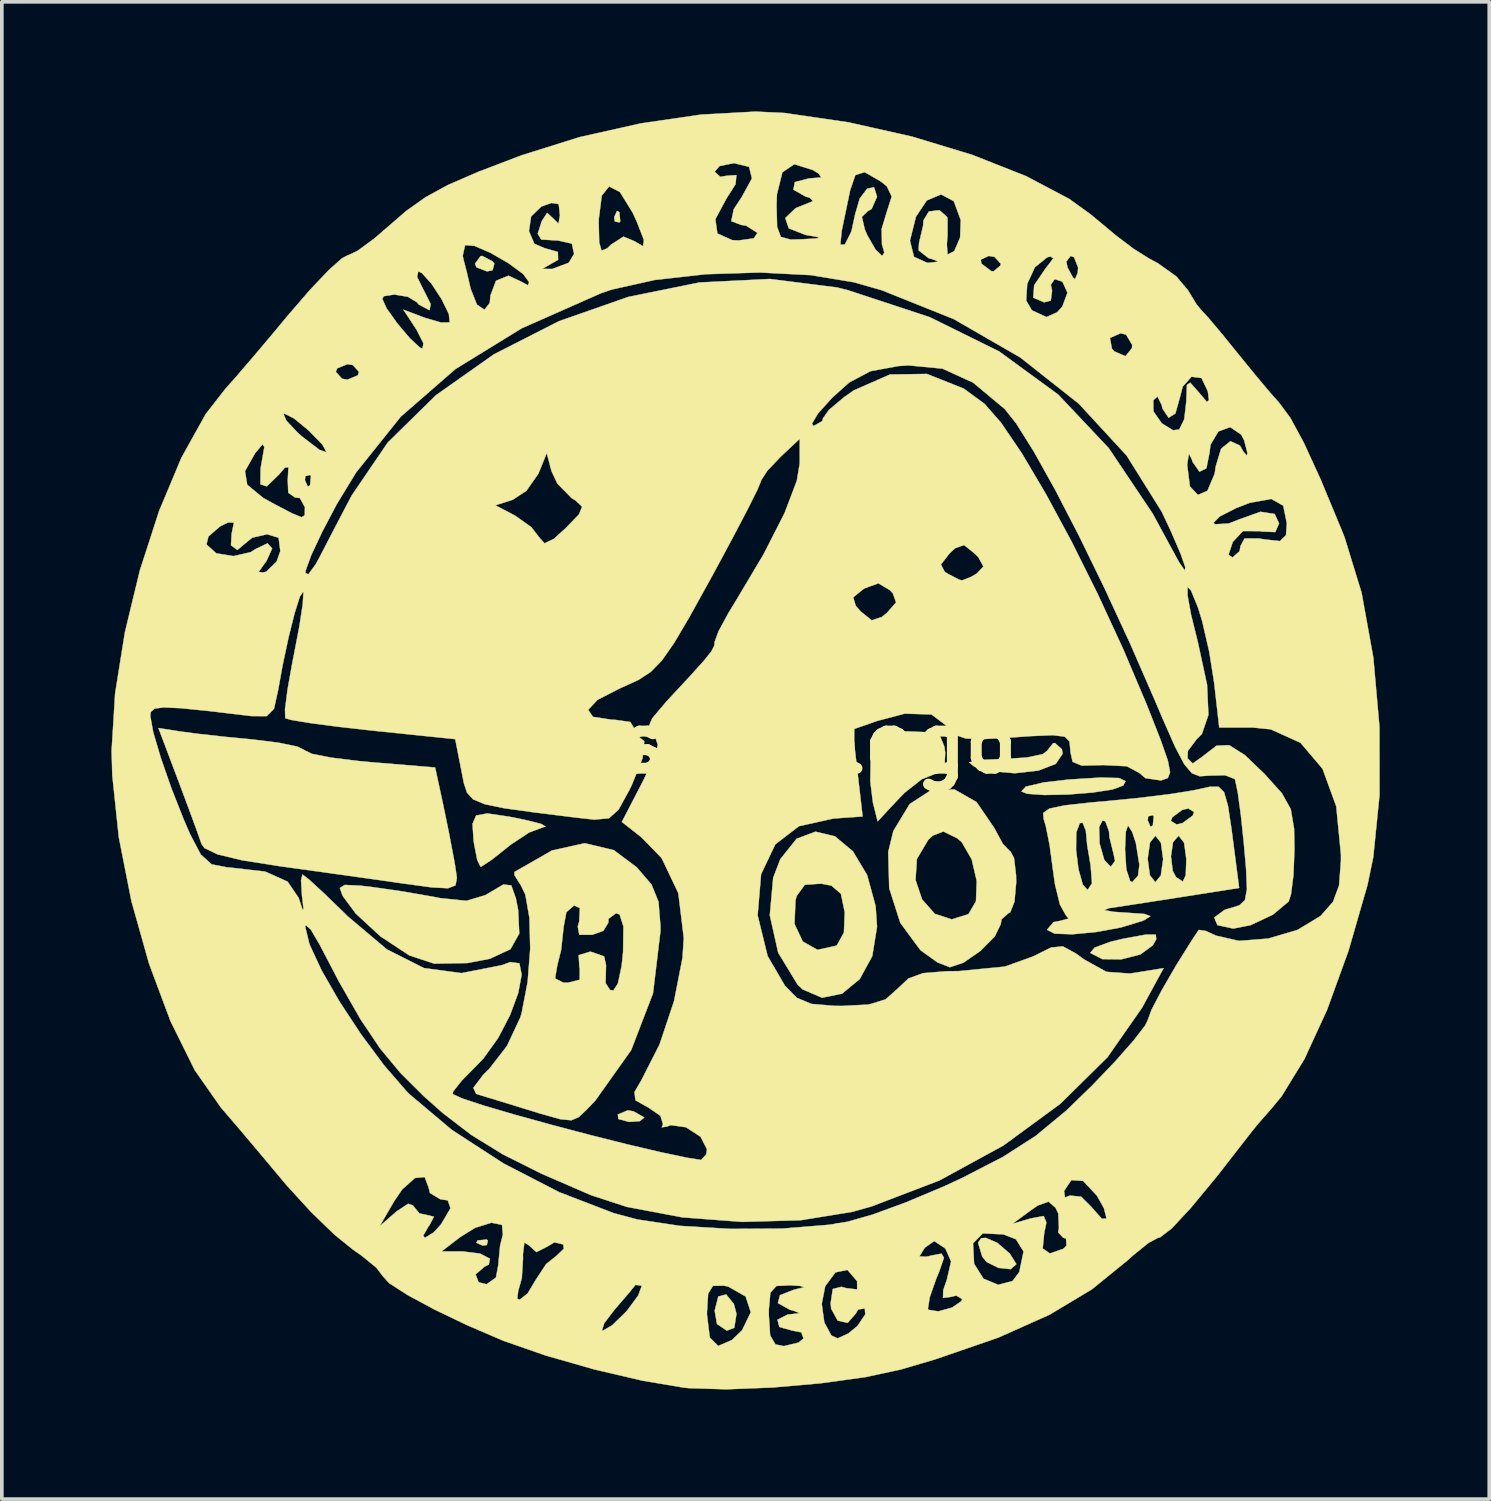
<source format=kicad_pcb>
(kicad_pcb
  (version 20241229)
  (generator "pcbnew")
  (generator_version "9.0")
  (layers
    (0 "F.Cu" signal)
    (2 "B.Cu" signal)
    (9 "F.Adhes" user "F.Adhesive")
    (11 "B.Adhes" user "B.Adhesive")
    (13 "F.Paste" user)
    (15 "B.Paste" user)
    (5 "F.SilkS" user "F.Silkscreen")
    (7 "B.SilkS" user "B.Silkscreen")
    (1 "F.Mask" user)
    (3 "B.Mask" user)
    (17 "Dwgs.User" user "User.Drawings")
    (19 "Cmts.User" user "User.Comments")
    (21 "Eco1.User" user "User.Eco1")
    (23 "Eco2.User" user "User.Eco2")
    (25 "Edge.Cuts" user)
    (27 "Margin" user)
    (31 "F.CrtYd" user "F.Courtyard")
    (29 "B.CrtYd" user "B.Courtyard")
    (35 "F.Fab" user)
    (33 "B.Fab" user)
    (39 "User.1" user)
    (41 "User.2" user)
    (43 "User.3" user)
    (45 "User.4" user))
  (footprint "mission_logo"
    (layer "F.Cu")
    (at 17.362 17.291)
    (property "Reference" "mission_logo" (at 0 0 0) (layer "F.SilkS") (effects (font (size 1.524 1.524) (thickness 0.3))))
    (attr through_hole)
    (fp_poly (pts (xy -7.056 13.617) (xy -7.085 13.743) (xy -7.197 13.758) (xy -7.371 13.681) (xy -7.338 13.617) (xy -7.087 13.592) (xy -7.056 13.617)) (stroke (width 0.01) (type solid)) (fill yes) (layer "F.SilkS"))
    (fp_poly (pts (xy -3.457 -14.534) (xy -3.432 -14.283) (xy -3.457 -14.252) (xy -3.583 -14.281) (xy -3.598 -14.393) (xy -3.521 -14.568) (xy -3.457 -14.534)) (stroke (width 0.01) (type solid)) (fill yes) (layer "F.SilkS"))
    (fp_poly (pts (xy -3.062 10.086) (xy -2.774 10.252) (xy -2.897 10.352) (xy -3.187 10.372) (xy -3.483 10.294) (xy -3.498 10.169) (xy -3.223 10.054) (xy -3.062 10.086)) (stroke (width 0.01) (type solid)) (fill yes) (layer "F.SilkS"))
    (fp_poly (pts (xy -6.922 -13.181) (xy -6.879 -13.123) (xy -6.927 -12.942) (xy -7.078 -12.912) (xy -7.368 -13.022) (xy -7.408 -13.123) (xy -7.256 -13.329) (xy -7.209 -13.335) (xy -6.922 -13.181)) (stroke (width 0.01) (type solid)) (fill yes) (layer "F.SilkS"))
    (fp_poly (pts (xy -0.321 15.357) (xy -0.25 15.627) (xy -0.31 16.009) (xy -0.514 16.087) (xy -0.784 15.904) (xy -0.847 15.54) (xy -0.748 15.152) (xy -0.533 15.096) (xy -0.321 15.357)) (stroke (width 0.01) (type solid)) (fill yes) (layer "F.SilkS"))
    (fp_poly (pts (xy 6.888 13.682) (xy 7.23 13.975) (xy 7.407 14.255) (xy 7.408 14.272) (xy 7.256 14.404) (xy 6.923 14.369) (xy 6.597 14.208) (xy 6.478 14.059) (xy 6.362 13.681) (xy 6.449 13.556) (xy 6.577 13.547) (xy 6.888 13.682)) (stroke (width 0.01) (type solid)) (fill yes) (layer "F.SilkS"))
    (fp_poly (pts (xy 11.242 5.371) (xy 11.148 5.538) (xy 10.807 5.788) (xy 10.284 5.922) (xy 9.766 5.916) (xy 9.44 5.748) (xy 9.436 5.742) (xy 9.555 5.601) (xy 9.985 5.441) (xy 10.356 5.353) (xy 10.959 5.244) (xy 11.228 5.244) (xy 11.242 5.371)) (stroke (width 0.01) (type solid)) (fill yes) (layer "F.SilkS"))
    (fp_poly (pts (xy 10.227 0.959) (xy 10.401 1.045) (xy 10.337 1.164) (xy 10.043 1.272) (xy 9.491 1.357) (xy 8.823 1.41) (xy 8.181 1.423) (xy 7.707 1.389) (xy 7.549 1.326) (xy 7.669 1.195) (xy 8.154 1.08) (xy 8.842 1) (xy 9.722 0.945) (xy 10.227 0.959)) (stroke (width 0.01) (type solid)) (fill yes) (layer "F.SilkS"))
    (fp_poly (pts (xy 8.659 0.17) (xy 8.678 0.293) (xy 8.491 0.571) (xy 8.014 0.755) (xy 7.372 0.827) (xy 6.691 0.769) (xy 6.244 0.635) (xy 6.119 0.529) (xy 6.362 0.466) (xy 6.999 0.439) (xy 7.038 0.438) (xy 7.692 0.397) (xy 8.134 0.305) (xy 8.255 0.212) (xy 8.416 0.006) (xy 8.467 0) (xy 8.659 0.17)) (stroke (width 0.01) (type solid)) (fill yes) (layer "F.SilkS"))
    (fp_poly (pts (xy -6.478 2.015) (xy -6.032 2.105) (xy -5.596 2.214) (xy -5.474 2.289) (xy -5.54 2.304) (xy -5.927 2.45) (xy -6.426 2.779) (xy -6.523 2.857) (xy -6.95 3.196) (xy -7.226 3.377) (xy -7.257 3.387) (xy -7.348 3.201) (xy -7.436 2.744) (xy -7.449 2.646) (xy -7.476 2.213) (xy -7.378 1.984) (xy -7.073 1.928) (xy -6.478 2.015)) (stroke (width 0.01) (type solid)) (fill yes) (layer "F.SilkS"))
    (fp_poly (pts (xy 5.036 -0.294) (xy 5.327 -0.179) (xy 5.442 0.1) (xy 5.464 0.265) (xy 5.442 0.707) (xy 5.205 0.846) (xy 5.179 0.847) (xy 4.821 0.992) (xy 4.359 1.356) (xy 4.22 1.496) (xy 3.614 2.145) (xy 3.485 1.631) (xy 3.413 1.048) (xy 3.424 0.4) (xy 3.491 -0.041) (xy 3.663 -0.25) (xy 4.063 -0.313) (xy 4.445 -0.318) (xy 5.036 -0.294)) (stroke (width 0.01) (type solid)) (fill yes) (layer "F.SilkS"))
    (fp_poly (pts (xy -6.415 3.897) (xy -6.29 4.25) (xy -6.227 4.569) (xy -6.197 5.217) (xy -6.436 5.643) (xy -6.999 5.906) (xy -7.62 6.024) (xy -8.529 6.039) (xy -9.207 5.814) (xy -9.999 5.292) (xy -10.675 4.667) (xy -11.032 4.184) (xy -11.109 3.969) (xy -10.973 3.885) (xy -10.542 3.905) (xy -10.219 3.943) (xy -9.387 4.063) (xy -8.559 4.207) (xy -8.361 4.246) (xy -7.643 4.32) (xy -7.12 4.163) (xy -7.045 4.117) (xy -6.632 3.873) (xy -6.415 3.897)) (stroke (width 0.01) (type solid)) (fill yes) (layer "F.SilkS"))
    (fp_poly (pts (xy 2.445 2.554) (xy 2.936 2.963) (xy 3.326 3.612) (xy 3.559 4.463) (xy 3.598 5.031) (xy 3.467 5.836) (xy 3.122 6.464) (xy 2.64 6.861) (xy 2.093 6.973) (xy 1.559 6.744) (xy 1.423 6.614) (xy 0.892 5.741) (xy 0.716 4.955) (xy 1.339 4.955) (xy 1.565 5.434) (xy 1.966 5.661) (xy 2.465 5.553) (xy 2.503 5.531) (xy 2.691 5.189) (xy 2.714 4.634) (xy 2.609 4.128) (xy 2.351 3.905) (xy 2.071 3.85) (xy 1.62 3.881) (xy 1.4 4.184) (xy 1.365 4.306) (xy 1.339 4.955) (xy 0.716 4.955) (xy 0.662 4.716) (xy 0.755 3.688) (xy 0.95 3.179) (xy 1.395 2.622) (xy 1.912 2.427) (xy 2.445 2.554)) (stroke (width 0.01) (type solid)) (fill yes) (layer "F.SilkS"))
    (fp_poly (pts (xy -15.499 -0.319) (xy -14.988 -0.252) (xy -14.23 -0.168) (xy -13.494 -0.097) (xy -12.779 -0.008) (xy -12.266 0.099) (xy -12.065 0.201) (xy -12.065 0.203) (xy -11.87 0.297) (xy -11.35 0.399) (xy -10.602 0.492) (xy -10.283 0.522) (xy -8.5 0.67) (xy -8.286 1.658) (xy -8.128 2.425) (xy -7.99 3.149) (xy -7.957 3.334) (xy -7.904 3.688) (xy -7.941 3.895) (xy -8.147 3.976) (xy -8.597 3.952) (xy -9.371 3.847) (xy -9.631 3.809) (xy -10.324 3.711) (xy -11.274 3.578) (xy -12.315 3.433) (xy -12.739 3.375) (xy -13.785 3.21) (xy -14.459 3.048) (xy -14.814 2.876) (xy -14.895 2.764) (xy -15.02 2.409) (xy -15.247 1.79) (xy -15.528 1.038) (xy -15.538 1.012) (xy -16.075 -0.41) (xy -15.499 -0.319)) (stroke (width 0.01) (type solid)) (fill yes) (layer "F.SilkS"))
    (fp_poly (pts (xy 6.323 1.617) (xy 6.805 2.323) (xy 7.042 2.76) (xy 7.236 2.962) (xy 7.248 2.963) (xy 7.349 3.151) (xy 7.404 3.621) (xy 7.408 3.81) (xy 7.361 4.34) (xy 7.244 4.635) (xy 7.197 4.657) (xy 7.006 4.827) (xy 6.985 4.959) (xy 6.821 5.296) (xy 6.429 5.691) (xy 5.962 6.015) (xy 5.592 6.138) (xy 5.254 6.007) (xy 4.81 5.689) (xy 4.779 5.662) (xy 4.235 4.924) (xy 3.931 3.976) (xy 3.925 3.75) (xy 4.652 3.75) (xy 4.832 4.283) (xy 5.179 4.675) (xy 5.639 4.828) (xy 6.1 4.685) (xy 6.306 4.334) (xy 6.327 3.779) (xy 6.189 3.184) (xy 5.915 2.712) (xy 5.793 2.608) (xy 5.413 2.422) (xy 5.125 2.534) (xy 4.999 2.651) (xy 4.689 3.174) (xy 4.652 3.75) (xy 3.925 3.75) (xy 3.904 2.982) (xy 4.045 2.407) (xy 4.492 1.669) (xy 5.079 1.289) (xy 5.718 1.271) (xy 6.323 1.617)) (stroke (width 0.01) (type solid)) (fill yes) (layer "F.SilkS"))
    (fp_poly (pts (xy -3.608 2.933) (xy -2.98 3.403) (xy -2.577 3.872) (xy -2.385 4.344) (xy -2.331 5.012) (xy -2.331 5.149) (xy -2.535 6.852) (xy -3.132 8.406) (xy -4.111 9.784) (xy -4.351 10.036) (xy -4.567 10.24) (xy -4.769 10.328) (xy -5.075 10.298) (xy -5.604 10.15) (xy -6.032 10.018) (xy -6.693 9.814) (xy -7.209 9.657) (xy -7.376 9.606) (xy -7.455 9.44) (xy -7.18 9.078) (xy -7.024 8.927) (xy -6.534 8.295) (xy -6.169 7.516) (xy -6.132 7.394) (xy -5.968 6.544) (xy -5.96 6.444) (xy -5.217 6.444) (xy -4.994 6.558) (xy -4.868 6.562) (xy -4.542 6.481) (xy -4.541 6.17) (xy -4.551 6.138) (xy -4.57 5.808) (xy -4.267 5.715) (xy -4.234 5.715) (xy -3.873 5.841) (xy -3.821 6.085) (xy -3.833 6.574) (xy -3.712 6.76) (xy -3.619 6.773) (xy -3.496 6.583) (xy -3.393 6.096) (xy -3.354 5.715) (xy -3.345 5.023) (xy -3.448 4.696) (xy -3.545 4.657) (xy -3.756 4.814) (xy -3.757 4.916) (xy -3.894 5.141) (xy -4.2 5.251) (xy -4.554 5.251) (xy -4.595 5.025) (xy -4.556 4.886) (xy -4.537 4.519) (xy -4.695 4.445) (xy -4.907 4.631) (xy -4.981 5.027) (xy -5.05 5.662) (xy -5.155 6.085) (xy -5.217 6.444) (xy -5.96 6.444) (xy -5.897 5.634) (xy -5.918 4.791) (xy -6.031 4.148) (xy -6.151 3.9) (xy -6.329 3.617) (xy -6.327 3.529) (xy -5.301 2.942) (xy -4.405 2.743) (xy -3.608 2.933)) (stroke (width 0.01) (type solid)) (fill yes) (layer "F.SilkS"))
    (fp_poly (pts (xy 13.098 1.345) (xy 13.205 1.715) (xy 13.305 2.374) (xy 13.412 3.201) (xy 13.511 3.968) (xy 11.994 4.206) (xy 11.159 4.336) (xy 10.425 4.449) (xy 9.95 4.521) (xy 9.948 4.521) (xy 9.817 4.573) (xy 10.06 4.62) (xy 10.372 4.641) (xy 10.916 4.679) (xy 11.083 4.74) (xy 10.915 4.847) (xy 10.85 4.874) (xy 10.264 5.052) (xy 9.587 5.176) (xy 8.945 5.236) (xy 8.46 5.219) (xy 8.256 5.116) (xy 8.255 5.107) (xy 8.43 4.903) (xy 8.625 4.865) (xy 8.842 4.805) (xy 8.761 4.706) (xy 8.604 4.42) (xy 8.468 3.864) (xy 8.416 3.493) (xy 8.34 2.927) (xy 9.047 2.927) (xy 9.113 3.457) (xy 9.231 3.877) (xy 9.362 4.022) (xy 9.482 3.84) (xy 9.446 3.362) (xy 9.446 3.36) (xy 9.351 2.796) (xy 9.313 2.395) (xy 9.273 2.297) (xy 9.678 2.297) (xy 9.689 2.734) (xy 9.692 2.752) (xy 9.818 3.198) (xy 9.992 3.387) (xy 9.995 3.387) (xy 10.113 3.23) (xy 10.077 3.052) (xy 10.042 2.91) (xy 10.387 2.91) (xy 10.422 3.46) (xy 10.528 3.778) (xy 10.583 3.81) (xy 10.743 3.631) (xy 10.78 3.334) (xy 10.754 3.175) (xy 11.007 3.175) (xy 11.068 3.621) (xy 11.216 3.81) (xy 11.218 3.81) (xy 11.367 3.626) (xy 11.43 3.183) (xy 11.43 3.175) (xy 11.42 3.102) (xy 11.644 3.102) (xy 11.693 3.503) (xy 11.783 3.669) (xy 11.968 3.793) (xy 12.049 3.622) (xy 12.065 3.175) (xy 12.004 2.729) (xy 11.856 2.54) (xy 11.853 2.54) (xy 11.701 2.714) (xy 11.644 3.102) (xy 11.42 3.102) (xy 11.369 2.729) (xy 11.221 2.54) (xy 11.218 2.54) (xy 11.07 2.724) (xy 11.007 3.167) (xy 11.007 3.175) (xy 10.754 3.175) (xy 10.684 2.738) (xy 10.583 2.434) (xy 10.469 2.257) (xy 10.408 2.429) (xy 10.387 2.91) (xy 10.042 2.91) (xy 9.96 2.575) (xy 9.948 2.417) (xy 9.849 2.146) (xy 9.773 2.117) (xy 11.007 2.117) (xy 11.084 2.291) (xy 11.148 2.258) (xy 11.16 2.133) (xy 11.642 2.133) (xy 11.798 2.23) (xy 11.959 2.193) (xy 12.239 1.989) (xy 12.277 1.889) (xy 12.121 1.792) (xy 11.959 1.828) (xy 11.679 2.033) (xy 11.642 2.133) (xy 11.16 2.133) (xy 11.173 2.007) (xy 11.148 1.976) (xy 11.022 2.005) (xy 11.007 2.117) (xy 9.773 2.117) (xy 9.678 2.297) (xy 9.273 2.297) (xy 9.226 2.182) (xy 9.147 2.194) (xy 9.052 2.45) (xy 9.047 2.927) (xy 8.34 2.927) (xy 8.324 2.803) (xy 8.214 2.255) (xy 8.162 2.09) (xy 8.145 1.917) (xy 8.314 1.796) (xy 8.741 1.705) (xy 9.497 1.623) (xy 9.807 1.597) (xy 10.744 1.505) (xy 11.615 1.399) (xy 12.26 1.296) (xy 12.354 1.276) (xy 12.711 1.196) (xy 12.946 1.196) (xy 13.098 1.345)) (stroke (width 0.01) (type solid)) (fill yes) (layer "F.SilkS"))
    (fp_poly (pts (xy 1.058 -17.249) (xy 2.813 -16.993) (xy 4.559 -16.601) (xy 6.209 -16.1) (xy 7.673 -15.522) (xy 8.861 -14.895) (xy 9.454 -14.466) (xy 10.128 -13.904) (xy 10.614 -13.535) (xy 11.037 -13.268) (xy 11.291 -13.132) (xy 11.793 -12.772) (xy 12.113 -12.391) (xy 12.347 -12.006) (xy 12.474 -11.853) (xy 12.668 -11.643) (xy 13.039 -11.202) (xy 13.448 -10.698) (xy 13.944 -10.088) (xy 14.376 -9.574) (xy 14.605 -9.317) (xy 14.914 -8.9) (xy 15.286 -8.212) (xy 15.744 -7.212) (xy 16.307 -5.856) (xy 16.398 -5.629) (xy 16.864 -4.11) (xy 17.185 -2.335) (xy 17.352 -0.444) (xy 17.354 1.422) (xy 17.183 3.122) (xy 17.025 3.885) (xy 16.503 5.693) (xy 15.919 7.302) (xy 15.3 8.649) (xy 14.675 9.668) (xy 14.409 9.991) (xy 14.045 10.406) (xy 13.864 10.628) (xy 12.913 11.85) (xy 12.184 12.732) (xy 11.666 13.288) (xy 11.347 13.533) (xy 11.286 13.548) (xy 11.036 13.681) (xy 10.621 14.014) (xy 10.469 14.152) (xy 9.484 14.953) (xy 8.322 15.65) (xy 6.914 16.279) (xy 5.187 16.874) (xy 4.249 17.15) (xy 3.274 17.36) (xy 2.047 17.529) (xy 0.729 17.644) (xy -0.523 17.693) (xy -1.549 17.661) (xy -1.693 17.647) (xy -2.82 17.457) (xy -4.144 17.148) (xy -5.475 16.767) (xy -6.622 16.367) (xy -6.664 16.35) (xy -7.301 16.076) (xy -3.933 16.076) (xy -3.907 16.087) (xy -3.654 15.94) (xy -3.354 15.649) (xy -1.058 15.649) (xy -0.981 16.274) (xy -0.75 16.506) (xy -0.372 16.342) (xy -0.095 16.074) (xy 0.103 15.663) (xy 0.635 15.663) (xy 0.672 16.219) (xy 0.817 16.464) (xy 1.046 16.51) (xy 1.451 16.413) (xy 1.587 16.298) (xy 1.523 16.132) (xy 1.282 16.087) (xy 0.924 15.987) (xy 0.872 15.788) (xy 1.151 15.646) (xy 1.217 15.639) (xy 1.478 15.609) (xy 1.328 15.547) (xy 1.217 15.517) (xy 0.923 15.354) (xy 2.084 15.354) (xy 2.154 15.861) (xy 2.348 16.221) (xy 2.518 16.298) (xy 2.815 16.163) (xy 3.064 15.956) (xy 3.276 15.641) (xy 3.262 15.479) (xy 3.077 15.51) (xy 3.023 15.61) (xy 2.794 15.874) (xy 2.521 15.813) (xy 2.342 15.486) (xy 2.328 15.332) (xy 2.386 14.947) (xy 2.621 14.887) (xy 2.75 14.922) (xy 3.053 14.959) (xy 3.052 14.742) (xy 3.045 14.725) (xy 2.787 14.424) (xy 2.458 14.492) (xy 2.179 14.87) (xy 2.084 15.354) (xy 0.923 15.354) (xy 0.884 15.333) (xy 0.94 15.117) (xy 1.323 14.966) (xy 1.602 14.899) (xy 1.491 14.863) (xy 1.217 14.845) (xy 0.844 14.864) (xy 0.678 15.045) (xy 0.636 15.507) (xy 0.635 15.663) (xy 0.103 15.663) (xy 0.142 15.583) (xy 0.00026 15.151) (xy -0.476 14.88) (xy -0.604 14.855) (xy -0.895 14.862) (xy -1.026 15.072) (xy -1.058 15.589) (xy -1.058 15.649) (xy -3.354 15.649) (xy -3.285 15.582) (xy -3.234 15.523) (xy -2.94 15.124) (xy -2.847 14.872) (xy -2.856 14.853) (xy -3.016 14.834) (xy -3.016 14.834) (xy -3.178 15.036) (xy -3.509 15.421) (xy -3.582 15.505) (xy -3.867 15.877) (xy -3.933 16.076) (xy -7.301 16.076) (xy -7.631 15.935) (xy -8.521 15.507) (xy -9.062 15.215) (xy -6.253 15.215) (xy -6.185 15.24) (xy -5.968 15.069) (xy -5.751 14.705) (xy -5.46 14.263) (xy -5.199 14.056) (xy 4.757 14.056) (xy 4.956 14.062) (xy 5.083 14.031) (xy 5.364 13.979) (xy 5.429 14.094) (xy 5.299 14.472) (xy 5.219 14.665) (xy 5.041 15.17) (xy 4.991 15.485) (xy 5.004 15.517) (xy 5.275 15.559) (xy 5.653 15.455) (xy 5.908 15.279) (xy 5.927 15.222) (xy 5.77 15.127) (xy 5.605 15.165) (xy 5.403 15.191) (xy 5.412 14.972) (xy 5.508 14.698) (xy 5.625 14.192) (xy 5.474 13.851) (xy 5.441 13.817) (xy 5.256 13.696) (xy 6.226 13.696) (xy 6.255 14.257) (xy 6.512 14.664) (xy 6.915 14.831) (xy 7.308 14.729) (xy 7.492 14.482) (xy 7.609 13.919) (xy 7.4 13.585) (xy 7.06 13.452) (xy 6.494 13.424) (xy 6.226 13.696) (xy 5.256 13.696) (xy 5.163 13.635) (xy 4.91 13.814) (xy 4.891 13.837) (xy 4.757 14.056) (xy -5.199 14.056) (xy -5.189 14.048) (xy -4.976 13.844) (xy -4.994 13.726) (xy -5.233 13.669) (xy -5.432 13.787) (xy -5.728 13.937) (xy -5.93 13.753) (xy -6.056 13.673) (xy -6.096 13.993) (xy -6.094 14.107) (xy -6.127 14.648) (xy -6.225 14.998) (xy -6.253 15.215) (xy -9.062 15.215) (xy -9.257 15.11) (xy -9.759 14.786) (xy -9.948 14.577) (xy -9.948 14.574) (xy -10.11 14.362) (xy -10.517 14.03) (xy -10.68 13.917) (xy -8.323 13.917) (xy -7.751 13.917) (xy -7.27 13.977) (xy -7.001 14.117) (xy -7.03 14.277) (xy -7.144 14.334) (xy -7.392 14.547) (xy -7.309 14.763) (xy -7.091 14.817) (xy -6.835 14.634) (xy -6.773 14.305) (xy -6.721 13.756) (xy -6.645 13.458) (xy -6.669 13.192) (xy -6.957 13.132) (xy -7.406 13.272) (xy -7.813 13.525) (xy -8.323 13.917) (xy -10.68 13.917) (xy -10.742 13.874) (xy -11.258 13.457) (xy -11.493 13.229) (xy -10.019 13.229) (xy -9.56 12.826) (xy -9.239 12.613) (xy -9.102 12.662) (xy -9.102 12.667) (xy -8.929 12.879) (xy -8.758 12.912) (xy -8.534 12.967) (xy -8.653 13.198) (xy -8.678 13.229) (xy -8.825 13.485) (xy -8.781 13.547) (xy -8.538 13.397) (xy -8.338 13.176) (xy -8.078 12.735) (xy -8.154 12.521) (xy -8.361 12.488) (xy -8.641 12.319) (xy -8.678 12.171) (xy -8.786 11.882) (xy -9.053 11.909) (xy -9.401 12.22) (xy -9.62 12.541) (xy -10.019 13.229) (xy -11.493 13.229) (xy -11.908 12.826) (xy -12.569 12.103) (xy -12.7 11.947) (xy -13.305 11.224) (xy -13.869 10.556) (xy -14.291 10.064) (xy -14.362 9.983) (xy -15.077 8.962) (xy -15.744 7.615) (xy -16.333 6.037) (xy -16.617 5.028) (xy -12.057 5.028) (xy -11.94 5.51) (xy -11.609 6.222) (xy -11.12 7.074) (xy -10.53 7.971) (xy -9.899 8.821) (xy -9.283 9.533) (xy -9.193 9.623) (xy -8.042 10.591) (xy -6.627 11.51) (xy -5.099 12.298) (xy -3.608 12.871) (xy -2.963 13.043) (xy -1.799 13.218) (xy -0.417 13.301) (xy 1.003 13.293) (xy 2.279 13.189) (xy 2.442 13.163) (xy 7.303 13.163) (xy 7.808 13.014) (xy 8.161 12.949) (xy 8.234 13.127) (xy 8.174 13.417) (xy 8.133 13.838) (xy 8.325 13.97) (xy 8.344 13.97) (xy 8.706 13.843) (xy 8.784 13.758) (xy 8.771 13.563) (xy 8.697 13.547) (xy 8.556 13.396) (xy 8.577 13.282) (xy 8.561 12.884) (xy 8.487 12.725) (xy 8.294 12.556) (xy 8 12.66) (xy 7.802 12.797) (xy 7.303 13.163) (xy 2.442 13.163) (xy 2.794 13.104) (xy 3.478 12.909) (xy 4.391 12.574) (xy 5.125 12.266) (xy 8.717 12.266) (xy 8.743 12.441) (xy 8.879 12.389) (xy 9.186 12.42) (xy 9.458 12.691) (xy 9.753 13.025) (xy 9.881 13.018) (xy 9.809 12.733) (xy 9.618 12.393) (xy 9.239 11.987) (xy 8.916 11.966) (xy 8.717 12.266) (xy 5.125 12.266) (xy 5.388 12.156) (xy 5.927 11.907) (xy 7.051 11.327) (xy 7.943 10.754) (xy 8.774 10.066) (xy 9.472 9.39) (xy 10.113 8.72) (xy 10.622 8.143) (xy 10.937 7.735) (xy 11.007 7.59) (xy 11.113 7.301) (xy 11.392 6.767) (xy 11.782 6.093) (xy 12.223 5.389) (xy 12.405 5.116) (xy 12.601 5.146) (xy 12.876 5.273) (xy 13.506 5.417) (xy 14.308 5.353) (xy 15.111 5.115) (xy 15.738 4.736) (xy 15.746 4.728) (xy 16.08 4.347) (xy 16.246 3.902) (xy 16.297 3.233) (xy 16.298 3.054) (xy 16.169 1.734) (xy 15.794 0.705) (xy 15.191 -0.006) (xy 14.376 -0.375) (xy 13.892 -0.423) (xy 12.966 -0.423) (xy 12.828 -1.64) (xy 12.692 -2.499) (xy 12.499 -3.337) (xy 12.386 -3.704) (xy 12.194 -4.175) (xy 12.099 -4.274) (xy 12.099 -4.039) (xy 12.195 -3.511) (xy 12.383 -2.752) (xy 12.633 -1.595) (xy 12.67 -0.77) (xy 12.491 -0.247) (xy 12.353 -0.111) (xy 12.108 0.215) (xy 12.098 0.417) (xy 12.239 0.56) (xy 12.516 0.365) (xy 12.536 0.346) (xy 12.891 0.074) (xy 13.237 0.059) (xy 13.665 0.328) (xy 14.206 0.847) (xy 14.68 1.373) (xy 14.925 1.811) (xy 15.015 2.348) (xy 15.025 2.911) (xy 14.998 3.61) (xy 14.931 4.142) (xy 14.866 4.339) (xy 14.432 4.701) (xy 13.822 4.987) (xy 13.35 5.08) (xy 12.916 4.985) (xy 12.829 4.777) (xy 13.114 4.567) (xy 13.236 4.53) (xy 13.514 4.445) (xy 13.669 4.301) (xy 13.724 4.002) (xy 13.701 3.453) (xy 13.642 2.778) (xy 13.559 1.982) (xy 13.473 1.353) (xy 13.4 1.007) (xy 13.39 0.985) (xy 13.127 0.882) (xy 12.698 0.892) (xy 12.432 0.91) (xy 12.218 0.828) (xy 12.009 0.582) (xy 11.758 0.105) (xy 11.417 -0.666) (xy 11.211 -1.151) (xy 10.529 -2.716) (xy 9.824 -4.241) (xy 9.129 -5.667) (xy 8.474 -6.934) (xy 7.889 -7.981) (xy 7.407 -8.749) (xy 7.095 -9.143) (xy 6.227 -9.867) (xy 5.39 -10.249) (xy 4.46 -10.338) (xy 4.178 -10.319) (xy 3.421 -10.18) (xy 2.837 -9.871) (xy 2.365 -9.448) (xy 1.982 -9.021) (xy 1.816 -8.742) (xy 1.856 -8.678) (xy 2.099 -8.812) (xy 2.117 -8.887) (xy 2.279 -9.117) (xy 2.691 -9.465) (xy 2.963 -9.655) (xy 3.953 -10.089) (xy 4.964 -10.104) (xy 5.972 -9.703) (xy 6.539 -9.287) (xy 6.993 -8.77) (xy 7.566 -7.925) (xy 8.222 -6.816) (xy 8.927 -5.51) (xy 9.644 -4.071) (xy 10.339 -2.567) (xy 10.977 -1.061) (xy 11.02 -0.953) (xy 11.365 -0.075) (xy 11.561 0.485) (xy 11.621 0.805) (xy 11.559 0.958) (xy 11.388 1.02) (xy 11.365 1.024) (xy 10.944 0.961) (xy 10.778 0.819) (xy 10.436 0.636) (xy 9.782 0.603) (xy 9.749 0.605) (xy 9.199 0.618) (xy 8.951 0.514) (xy 8.89 0.237) (xy 8.89 0.197) (xy 8.867 -0.042) (xy 8.738 -0.173) (xy 8.415 -0.215) (xy 7.806 -0.189) (xy 7.341 -0.156) (xy 6.525 -0.107) (xy 6.024 -0.124) (xy 5.734 -0.225) (xy 5.551 -0.425) (xy 5.54 -0.443) (xy 5.089 -0.782) (xy 4.358 -0.804) (xy 3.612 -0.608) (xy 2.928 -0.37) (xy 3.066 0.821) (xy 3.203 2.011) (xy 2.406 2.067) (xy 1.46 2.277) (xy 0.813 2.773) (xy 0.428 3.582) (xy 0.423 3.598) (xy 0.329 4.716) (xy 0.603 5.833) (xy 1.074 6.64) (xy 1.403 6.976) (xy 1.801 7.142) (xy 2.424 7.195) (xy 2.646 7.197) (xy 3.377 7.159) (xy 3.833 7.017) (xy 4.161 6.725) (xy 4.165 6.72) (xy 4.459 6.445) (xy 4.858 6.3) (xy 5.494 6.248) (xy 5.837 6.244) (xy 7.101 6.12) (xy 7.868 5.843) (xy 8.362 5.598) (xy 8.685 5.567) (xy 9.041 5.761) (xy 9.267 5.926) (xy 9.878 6.264) (xy 10.511 6.31) (xy 10.682 6.286) (xy 11.443 6.163) (xy 10.854 7.245) (xy 9.908 8.6) (xy 8.616 9.876) (xy 7.057 11.019) (xy 5.309 11.974) (xy 3.449 12.686) (xy 2.919 12.835) (xy 1.51 13.064) (xy -0.093 13.11) (xy -1.734 12.985) (xy -3.255 12.698) (xy -4.233 12.378) (xy -5.588 11.79) (xy -6.645 11.261) (xy -7.512 10.727) (xy -8.296 10.126) (xy -8.819 9.661) (xy -9.454 9.028) (xy -10.008 8.359) (xy -10.545 7.559) (xy -11.13 6.537) (xy -11.67 5.503) (xy -11.905 5.104) (xy -12.042 4.985) (xy -12.057 5.028) (xy -16.617 5.028) (xy -16.815 4.326) (xy -17.16 2.577) (xy -17.338 0.886) (xy -17.357 0.212) (xy -17.298 -0.744) (xy -16.298 -0.744) (xy -16.22 -0.306) (xy -16.013 0.397) (xy -15.718 1.243) (xy -15.376 2.109) (xy -15.212 2.487) (xy -14.916 3.052) (xy -14.617 3.322) (xy -14.188 3.405) (xy -14.123 3.408) (xy -13.154 3.519) (xy -12.538 3.795) (xy -12.235 4.241) (xy -12.123 4.581) (xy -12.105 4.527) (xy -12.145 4.18) (xy -12.171 3.759) (xy -12.132 3.598) (xy -11.952 3.737) (xy -11.553 4.103) (xy -11.014 4.624) (xy -10.889 4.747) (xy -9.822 5.649) (xy -8.806 6.161) (xy -7.778 6.299) (xy -6.675 6.082) (xy -6.441 5.997) (xy -6.193 6.031) (xy -6.131 6.343) (xy -6.226 6.847) (xy -6.451 7.454) (xy -6.776 8.077) (xy -7.174 8.631) (xy -7.354 8.819) (xy -7.772 9.243) (xy -8.005 9.538) (xy -8.023 9.611) (xy -7.748 9.734) (xy -7.148 9.931) (xy -6.31 10.177) (xy -5.321 10.45) (xy -4.267 10.728) (xy -3.236 10.987) (xy -2.315 11.204) (xy -1.591 11.355) (xy -1.217 11.414) (xy -1.076 11.258) (xy -1.058 11.12) (xy -1.235 10.777) (xy -1.632 10.519) (xy -2.049 10.46) (xy -2.154 10.5) (xy -2.297 10.521) (xy -2.262 10.435) (xy -2.331 10.206) (xy -2.659 9.981) (xy -3.016 9.781) (xy -3.042 9.553) (xy -2.853 9.23) (xy -2.356 8.251) (xy -1.959 7.064) (xy -1.728 5.881) (xy -1.693 5.337) (xy -1.842 4.11) (xy -2.299 3.15) (xy -2.854 2.58) (xy -3.389 2.16) (xy -2.82 1.063) (xy -2.51 0.423) (xy -2.402 0.048) (xy -2.476 -0.161) (xy -2.552 -0.219) (xy -2.677 -0.392) (xy -2.558 -0.674) (xy -2.159 -1.147) (xy -2.114 -1.195) (xy -1.506 -1.849) (xy -1.132 -2.265) (xy -0.935 -2.512) (xy -0.859 -2.663) (xy -0.847 -2.771) (xy -0.742 -3.057) (xy -0.476 -3.55) (xy -0.315 -3.813) (xy -0.21 -3.989) (xy 2.947 -3.989) (xy 3.014 -3.757) (xy 3.153 -3.6) (xy 3.452 -3.36) (xy 3.727 -3.449) (xy 3.87 -3.564) (xy 4.119 -3.85) (xy 4.03 -4.099) (xy 3.949 -4.185) (xy 3.636 -4.372) (xy 3.259 -4.236) (xy 3.233 -4.221) (xy 2.947 -3.989) (xy -0.21 -3.989) (xy 0.325 -4.887) (xy 5.347 -4.887) (xy 5.446 -4.693) (xy 5.522 -4.641) (xy 5.839 -4.475) (xy 5.927 -4.451) (xy 6.175 -4.55) (xy 6.331 -4.641) (xy 6.511 -4.834) (xy 6.369 -5.088) (xy 6.278 -5.182) (xy 5.981 -5.419) (xy 5.736 -5.334) (xy 5.575 -5.182) (xy 5.347 -4.887) (xy 0.325 -4.887) (xy 0.489 -5.162) (xy 1.067 -6.297) (xy 1.402 -7.18) (xy 1.482 -7.662) (xy 1.482 -8.329) (xy 0.953 -7.832) (xy 0.595 -7.454) (xy 0.425 -7.193) (xy 0.423 -7.176) (xy 0.327 -6.942) (xy 0.062 -6.411) (xy -0.334 -5.655) (xy -0.822 -4.746) (xy -0.965 -4.484) (xy -1.53 -3.464) (xy -1.952 -2.747) (xy -2.288 -2.265) (xy -2.595 -1.949) (xy -2.93 -1.729) (xy -3.35 -1.537) (xy -3.415 -1.51) (xy -4.054 -1.183) (xy -4.31 -0.909) (xy -4.179 -0.717) (xy -3.655 -0.636) (xy -3.573 -0.635) (xy -3.157 -0.577) (xy -3.067 -0.428) (xy -3.069 -0.423) (xy -3.052 -0.228) (xy -2.976 -0.212) (xy -2.774 -0.049) (xy -2.822 0.417) (xy -3.115 1.148) (xy -3.192 1.304) (xy -3.478 1.824) (xy -3.741 2.06) (xy -4.141 2.097) (xy -4.621 2.044) (xy -5.791 1.899) (xy -6.609 1.785) (xy -7.143 1.675) (xy -7.46 1.542) (xy -7.628 1.358) (xy -7.714 1.097) (xy -7.778 0.767) (xy -7.95 -0.106) (xy -10.225 -0.341) (xy -11.161 -0.446) (xy -11.929 -0.547) (xy -12.44 -0.632) (xy -12.603 -0.679) (xy -12.61 -0.919) (xy -12.54 -1.466) (xy -12.407 -2.213) (xy -12.366 -2.417) (xy -12.217 -3.195) (xy -12.125 -3.797) (xy -12.105 -4.116) (xy -12.113 -4.14) (xy -12.204 -4.006) (xy -12.346 -3.556) (xy -12.513 -2.889) (xy -12.679 -2.107) (xy -12.799 -1.443) (xy -12.912 -0.935) (xy -13.111 -0.736) (xy -13.524 -0.737) (xy -13.606 -0.747) (xy -14.713 -0.878) (xy -15.467 -0.954) (xy -15.936 -0.975) (xy -16.186 -0.94) (xy -16.284 -0.85) (xy -16.298 -0.744) (xy -17.298 -0.744) (xy -17.261 -1.355) (xy -16.993 -3.032) (xy -16.6 -4.657) (xy -12.054 -4.657) (xy -11.97 -4.618) (xy -11.767 -4.898) (xy -11.668 -5.08) (xy -11.328 -5.736) (xy -10.927 -6.504) (xy -10.925 -6.508) (xy -6.851 -6.508) (xy -6.308 -6.224) (xy -5.867 -5.91) (xy -5.643 -5.62) (xy -5.505 -5.467) (xy -5.249 -5.589) (xy -4.93 -5.879) (xy -4.562 -6.259) (xy -4.477 -6.47) (xy -4.65 -6.636) (xy -4.761 -6.703) (xy -5.153 -7.101) (xy -5.314 -7.443) (xy -5.444 -7.938) (xy -5.673 -7.374) (xy -6.003 -6.903) (xy -6.377 -6.659) (xy -6.851 -6.508) (xy -10.925 -6.508) (xy -10.786 -6.773) (xy -9.798 -8.225) (xy -8.476 -9.523) (xy -6.891 -10.641) (xy -5.113 -11.547) (xy -3.214 -12.212) (xy -1.265 -12.608) (xy 0.664 -12.704) (xy 2.501 -12.472) (xy 2.794 -12.399) (xy 5.038 -11.66) (xy 6.942 -10.72) (xy 8.559 -9.538) (xy 9.942 -8.072) (xy 11.143 -6.282) (xy 11.556 -5.52) (xy 11.869 -4.945) (xy 12.026 -4.722) (xy 12.036 -4.815) (xy 11.906 -5.186) (xy 11.644 -5.795) (xy 11.533 -6.031) (xy 12.81 -6.031) (xy 12.847 -5.989) (xy 13.222 -6.008) (xy 13.521 -6.125) (xy 14.094 -6.33) (xy 14.483 -6.271) (xy 14.605 -6.01) (xy 14.5 -5.775) (xy 14.123 -5.79) (xy 14.084 -5.8) (xy 13.616 -5.803) (xy 13.336 -5.505) (xy 13.22 -5.155) (xy 13.328 -5.08) (xy 13.523 -5.251) (xy 13.547 -5.392) (xy 13.658 -5.599) (xy 14.05 -5.601) (xy 14.182 -5.577) (xy 14.625 -5.528) (xy 14.793 -5.687) (xy 14.817 -6.013) (xy 14.718 -6.498) (xy 14.393 -6.682) (xy 13.804 -6.576) (xy 13.43 -6.432) (xy 12.981 -6.203) (xy 12.81 -6.031) (xy 11.533 -6.031) (xy 11.391 -6.333) (xy 10.598 -7.602) (xy 12.09 -7.602) (xy 12.163 -7.025) (xy 12.383 -6.792) (xy 12.643 -6.906) (xy 12.84 -7.37) (xy 12.872 -7.583) (xy 13.018 -8.058) (xy 13.272 -8.263) (xy 13.533 -8.144) (xy 13.618 -7.99) (xy 13.719 -7.869) (xy 13.738 -7.938) (xy 13.647 -8.29) (xy 13.565 -8.445) (xy 13.265 -8.648) (xy 12.943 -8.53) (xy 12.727 -8.167) (xy 12.7 -7.944) (xy 12.614 -7.52) (xy 12.425 -7.427) (xy 12.234 -7.7) (xy 12.211 -7.779) (xy 12.135 -7.919) (xy 12.091 -7.641) (xy 12.09 -7.602) (xy 10.598 -7.602) (xy 10.431 -7.869) (xy 9.118 -9.293) (xy 9.003 -9.383) (xy 11.159 -9.383) (xy 11.165 -9.078) (xy 11.394 -8.751) (xy 11.703 -8.562) (xy 11.87 -8.583) (xy 12.007 -8.859) (xy 12.065 -9.357) (xy 12.065 -9.366) (xy 12.081 -9.803) (xy 12.171 -9.866) (xy 12.391 -9.618) (xy 12.63 -9.336) (xy 12.684 -9.389) (xy 12.653 -9.631) (xy 12.479 -9.994) (xy 12.207 -10.027) (xy 11.966 -9.758) (xy 11.892 -9.472) (xy 11.766 -9.022) (xy 11.58 -8.904) (xy 11.414 -9.152) (xy 11.388 -9.26) (xy 11.276 -9.485) (xy 11.159 -9.383) (xy 9.003 -9.383) (xy 7.519 -10.555) (xy 6.593 -11.089) (xy 9.974 -11.089) (xy 10.027 -10.797) (xy 10.089 -10.724) (xy 10.399 -10.59) (xy 10.576 -10.81) (xy 10.583 -10.901) (xy 10.414 -11.181) (xy 10.266 -11.218) (xy 9.974 -11.089) (xy 6.593 -11.089) (xy 5.699 -11.605) (xy 4.433 -12.113) (xy 7.68 -12.113) (xy 7.839 -11.844) (xy 8.237 -11.662) (xy 8.527 -11.791) (xy 8.671 -11.95) (xy 8.811 -12.329) (xy 8.672 -12.631) (xy 8.461 -12.7) (xy 8.355 -12.544) (xy 8.39 -12.383) (xy 8.355 -12.112) (xy 8.172 -12.065) (xy 7.875 -12.192) (xy 7.899 -12.531) (xy 8.202 -12.979) (xy 8.357 -13.18) (xy 8.78 -13.18) (xy 8.813 -13.018) (xy 8.964 -12.739) (xy 9.018 -12.7) (xy 9.092 -12.873) (xy 9.102 -13.018) (xy 8.991 -13.299) (xy 8.897 -13.335) (xy 8.78 -13.18) (xy 8.357 -13.18) (xy 8.424 -13.267) (xy 8.345 -13.32) (xy 8.255 -13.296) (xy 7.919 -13.024) (xy 7.71 -12.571) (xy 7.68 -12.113) (xy 4.433 -12.113) (xy 3.726 -12.396) (xy 2.963 -12.614) (xy 1.785 -12.809) (xy 0.385 -12.881) (xy -1.089 -12.834) (xy -2.49 -12.676) (xy -3.669 -12.413) (xy -3.953 -12.316) (xy -6.129 -11.354) (xy -7.943 -10.238) (xy -9.44 -8.935) (xy -10.663 -7.408) (xy -11.194 -6.536) (xy -11.592 -5.78) (xy -11.892 -5.141) (xy -12.044 -4.724) (xy -12.054 -4.657) (xy -16.6 -4.657) (xy -16.583 -4.728) (xy -16.353 -5.436) (xy -14.76 -5.436) (xy -14.489 -5.193) (xy -14.019 -5.117) (xy -13.546 -5.226) (xy -13.424 -5.306) (xy -13.087 -5.468) (xy -12.961 -5.326) (xy -13.121 -4.976) (xy -13.146 -4.945) (xy -13.331 -4.686) (xy -13.218 -4.663) (xy -13.123 -4.692) (xy -12.84 -4.964) (xy -12.738 -5.255) (xy -12.785 -5.62) (xy -13.096 -5.715) (xy -13.507 -5.621) (xy -13.652 -5.503) (xy -13.913 -5.287) (xy -14.089 -5.414) (xy -14.07 -5.733) (xy -14.008 -6.036) (xy -14.178 -6.035) (xy -14.386 -5.931) (xy -14.705 -5.655) (xy -14.76 -5.436) (xy -16.353 -5.436) (xy -16.058 -6.349) (xy -15.599 -7.444) (xy -13.705 -7.444) (xy -13.644 -7.07) (xy -13.215 -6.716) (xy -12.965 -6.576) (xy -12.421 -6.29) (xy -12.156 -6.181) (xy -12.07 -6.235) (xy -12.065 -6.439) (xy -12.065 -6.456) (xy -12.203 -6.707) (xy -12.33 -6.72) (xy -12.52 -6.85) (xy -12.535 -7.197) (xy -12.065 -7.197) (xy -11.988 -7.022) (xy -11.924 -7.056) (xy -11.899 -7.307) (xy -11.924 -7.338) (xy -12.05 -7.309) (xy -12.065 -7.197) (xy -12.535 -7.197) (xy -12.515 -7.554) (xy -12.62 -7.534) (xy -12.77 -7.355) (xy -13.109 -7.026) (xy -13.283 -7.084) (xy -13.278 -7.52) (xy -13.252 -7.666) (xy -13.176 -8.104) (xy -13.225 -8.177) (xy -13.43 -7.931) (xy -13.43 -7.93) (xy -13.705 -7.444) (xy -15.599 -7.444) (xy -15.449 -7.804) (xy -14.783 -9.001) (xy -14.777 -9.009) (xy -12.652 -9.009) (xy -12.572 -8.825) (xy -12.254 -8.489) (xy -12.142 -8.39) (xy -11.665 -8.025) (xy -11.471 -7.96) (xy -11.585 -8.169) (xy -11.969 -8.563) (xy -12.368 -8.889) (xy -12.624 -9.017) (xy -12.652 -9.009) (xy -14.777 -9.009) (xy -14.243 -9.696) (xy -13.946 -10.029) (xy -13.834 -10.16) (xy -11.218 -10.16) (xy -11.047 -9.972) (xy -10.901 -9.948) (xy -10.619 -10.063) (xy -10.583 -10.16) (xy -10.755 -10.348) (xy -10.901 -10.372) (xy -11.183 -10.257) (xy -11.218 -10.16) (xy -13.834 -10.16) (xy -13.461 -10.595) (xy -12.868 -11.299) (xy -12.523 -11.715) (xy -12.136 -12.162) (xy -9.948 -12.162) (xy -9.825 -11.895) (xy -9.533 -11.485) (xy -9.19 -11.08) (xy -8.913 -10.823) (xy -8.845 -10.795) (xy -8.821 -10.944) (xy -9.004 -11.307) (xy -9.019 -11.33) (xy -9.369 -11.864) (xy -8.783 -11.641) (xy -8.337 -11.512) (xy -8.099 -11.515) (xy -8.125 -11.746) (xy -8.323 -12.151) (xy -8.601 -12.575) (xy -8.862 -12.865) (xy -8.96 -12.912) (xy -8.994 -12.763) (xy -8.816 -12.402) (xy -8.804 -12.383) (xy -8.621 -12.016) (xy -8.653 -11.854) (xy -8.661 -11.853) (xy -8.953 -12.007) (xy -8.996 -12.065) (xy -9.243 -12.215) (xy -9.615 -12.278) (xy -9.902 -12.233) (xy -9.948 -12.162) (xy -12.136 -12.162) (xy -11.929 -12.402) (xy -11.414 -12.945) (xy -11.047 -13.272) (xy -10.924 -13.335) (xy -10.912 -13.34) (xy -7.745 -13.34) (xy -7.729 -13.261) (xy -7.631 -12.883) (xy -7.528 -12.435) (xy -7.355 -12.001) (xy -7.149 -11.862) (xy -7.004 -12.05) (xy -6.985 -12.254) (xy -6.834 -12.654) (xy -6.492 -12.794) (xy -6.164 -12.641) (xy -5.959 -12.531) (xy -5.927 -12.619) (xy -6.091 -12.841) (xy -6.491 -13.135) (xy -6.983 -13.419) (xy -7.426 -13.611) (xy -7.677 -13.63) (xy -7.68 -13.628) (xy -7.745 -13.34) (xy -10.912 -13.34) (xy -10.632 -13.469) (xy -10.164 -13.812) (xy -9.929 -14.015) (xy -5.932 -14.015) (xy -5.784 -13.668) (xy -5.503 -13.547) (xy -5.14 -13.445) (xy -5.133 -13.229) (xy -5.45 -13.047) (xy -5.568 -12.981) (xy -5.295 -12.978) (xy -5.294 -12.978) (xy -4.844 -13.147) (xy -4.696 -13.388) (xy -4.756 -13.671) (xy -5.138 -13.758) (xy -5.17 -13.758) (xy -5.595 -13.784) (xy -5.692 -13.943) (xy -5.58 -14.288) (xy -5.433 -14.514) (xy -5.265 -14.358) (xy -5.121 -14.216) (xy -5.112 -14.272) (xy -4.022 -14.272) (xy -4.008 -13.699) (xy -3.943 -13.479) (xy -3.789 -13.543) (xy -3.682 -13.645) (xy -3.344 -13.863) (xy -3.047 -13.74) (xy -2.807 -13.6) (xy -2.802 -13.642) (xy 2.593 -13.642) (xy 2.717 -13.649) (xy 2.72 -13.652) (xy 2.896 -14.005) (xy 3 -14.483) (xy 3.124 -14.905) (xy 3.326 -15.174) (xy 3.515 -15.215) (xy 3.598 -14.958) (xy 3.45 -14.622) (xy 3.336 -14.553) (xy 3.183 -14.404) (xy 3.264 -14.057) (xy 3.332 -13.9) (xy 3.556 -13.51) (xy 3.737 -13.335) (xy 3.797 -13.425) (xy 3.732 -13.655) (xy 3.731 -13.753) (xy 4.499 -13.753) (xy 4.609 -13.31) (xy 4.972 -13.146) (xy 5.02 -13.148) (xy 5.279 -13.178) (xy 5.151 -13.232) (xy 6.436 -13.232) (xy 6.456 -13.123) (xy 6.726 -12.92) (xy 6.786 -12.912) (xy 6.979 -13.073) (xy 6.985 -13.123) (xy 6.813 -13.309) (xy 6.655 -13.335) (xy 6.436 -13.232) (xy 5.151 -13.232) (xy 5.131 -13.241) (xy 5.012 -13.272) (xy 4.735 -13.488) (xy 4.747 -13.688) (xy 4.859 -14.164) (xy 4.868 -14.305) (xy 5.016 -14.552) (xy 5.307 -14.587) (xy 5.516 -14.4) (xy 5.528 -14.34) (xy 5.528 -13.913) (xy 5.509 -13.652) (xy 5.529 -13.374) (xy 5.711 -13.466) (xy 5.713 -13.468) (xy 5.872 -13.839) (xy 5.89 -14.315) (xy 5.698 -14.835) (xy 5.35 -15.018) (xy 4.959 -14.853) (xy 4.663 -14.408) (xy 4.499 -13.753) (xy 3.731 -13.753) (xy 3.724 -14.073) (xy 3.86 -14.525) (xy 3.999 -14.96) (xy 3.866 -15.241) (xy 3.708 -15.369) (xy 3.26 -15.628) (xy 3.005 -15.548) (xy 2.862 -15.134) (xy 2.73 -14.499) (xy 2.631 -14.023) (xy 2.593 -13.642) (xy -2.802 -13.642) (xy -2.785 -13.773) (xy -2.982 -14.279) (xy -3.093 -14.52) (xy -3.443 -15.086) (xy -3.736 -15.238) (xy -3.939 -14.985) (xy -4.021 -14.334) (xy -4.022 -14.272) (xy -5.112 -14.272) (xy -5.083 -14.446) (xy -5.117 -14.754) (xy -5.316 -14.784) (xy -5.592 -14.688) (xy -5.873 -14.414) (xy -5.932 -14.015) (xy -9.929 -14.015) (xy -9.836 -14.095) (xy -9.292 -14.566) (xy -8.762 -14.942) (xy -8.147 -15.278) (xy -7.342 -15.627) (xy -7.308 -15.641) (xy -0.847 -15.641) (xy -0.693 -15.499) (xy -0.529 -15.528) (xy -0.252 -15.548) (xy -0.275 -15.299) (xy -0.522 -14.91) (xy -0.828 -14.341) (xy -0.773 -13.949) (xy -0.366 -13.767) (xy -0.199 -13.758) (xy 0.224 -13.816) (xy 0.322 -13.963) (xy 0.318 -13.97) (xy 0.011 -14.165) (xy -0.118 -14.182) (xy -0.393 -14.287) (xy -0.325 -14.614) (xy -0.257 -14.717) (xy 0.847 -14.717) (xy 0.862 -14.13) (xy 0.964 -13.856) (xy 1.234 -13.782) (xy 1.535 -13.79) (xy 1.967 -13.816) (xy 1.996 -13.849) (xy 1.64 -13.91) (xy 1.181 -14.091) (xy 1.086 -14.371) (xy 1.369 -14.643) (xy 1.535 -14.709) (xy 1.842 -14.834) (xy 1.764 -14.924) (xy 1.64 -14.96) (xy 1.307 -15.15) (xy 1.349 -15.356) (xy 1.74 -15.458) (xy 1.746 -15.458) (xy 2.07 -15.483) (xy 1.998 -15.591) (xy 1.839 -15.687) (xy 1.333 -15.846) (xy 1.007 -15.625) (xy 0.857 -15.022) (xy 0.847 -14.717) (xy -0.257 -14.717) (xy -0.113 -14.935) (xy 0.173 -15.456) (xy 0.096 -15.773) (xy -0.318 -15.875) (xy -0.715 -15.795) (xy -0.847 -15.641) (xy -7.308 -15.641) (xy -6.248 -16.046) (xy -6.115 -16.095) (xy -4.547 -16.587) (xy -2.871 -16.963) (xy -1.219 -17.204) (xy 0.272 -17.286) (xy 1.058 -17.249)) (stroke (width 0.01) (type solid)) (fill yes) (layer "F.SilkS")))
  (gr_rect
    (start -3 -3)
    (end 37.72 37.989)
    (stroke (width 0.1) (type default))
    (fill no)
    (layer "Edge.Cuts")))
</source>
